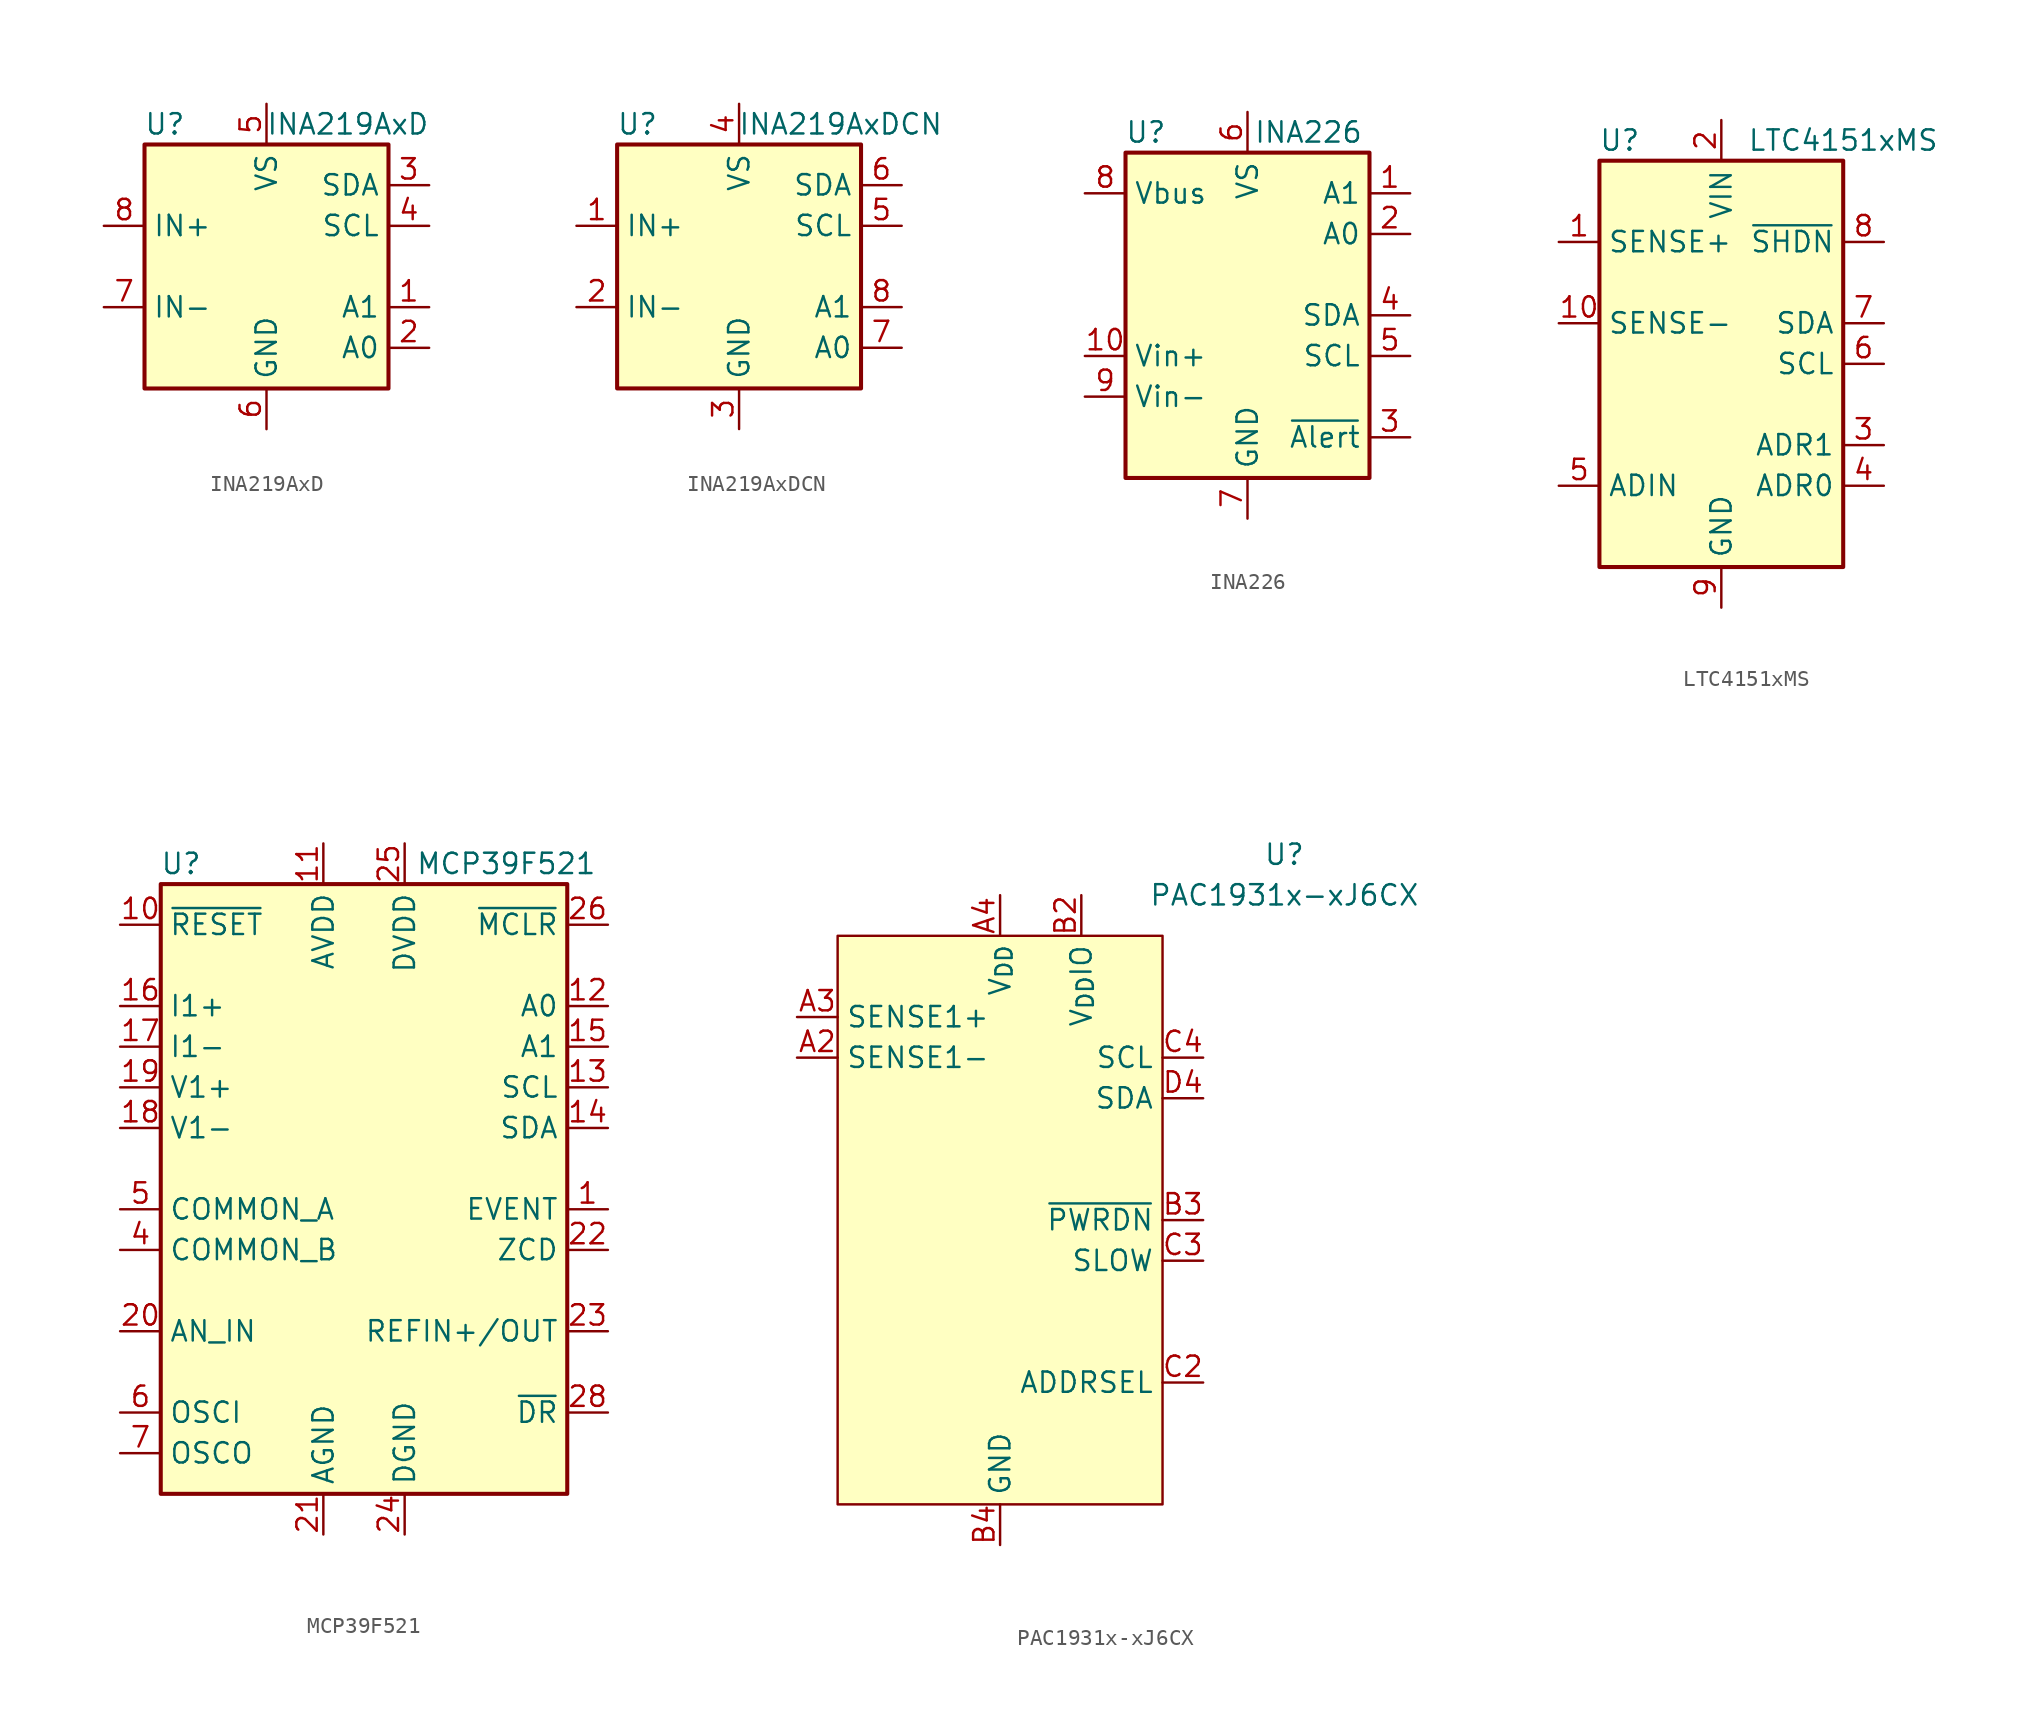
<source format=kicad_sym>
(kicad_symbol_lib
  (version 20241209)
  (generator "kicad_symbol_editor")
  (generator_version "9.0")
  (symbol "INA219AxD"
    (property "Reference" "U"
      (at -6.35 8.89 0)
      (effects (font (size 1.27 1.27))))
    (property "Value" "INA219AxD"
      (at 5.08 8.89 0)
      (effects (font (size 1.27 1.27))))
    (symbol "INA219AxD_0_1"
      (rectangle (start -7.62 7.62) (end 7.62 -7.62) (stroke (width 0.254) (type default)) (fill (type background))))
    (symbol "INA219AxD_1_1"
      (pin input line (at -10.16 2.54 0) (length 2.54) (name "IN+" (effects (font (size 1.27 1.27)))) (number "8" (effects (font (size 1.27 1.27)))))
      (pin input line (at -10.16 -2.54 0) (length 2.54) (name "IN-" (effects (font (size 1.27 1.27)))) (number "7" (effects (font (size 1.27 1.27)))))
      (pin power_in line (at 0 10.16 270) (length 2.54) (name "VS" (effects (font (size 1.27 1.27)))) (number "5" (effects (font (size 1.27 1.27)))))
      (pin power_in line (at 0 -10.16 90) (length 2.54) (name "GND" (effects (font (size 1.27 1.27)))) (number "6" (effects (font (size 1.27 1.27)))))
      (pin bidirectional line (at 10.16 5.08 180) (length 2.54) (name "SDA" (effects (font (size 1.27 1.27)))) (number "3" (effects (font (size 1.27 1.27)))))
      (pin input line (at 10.16 2.54 180) (length 2.54) (name "SCL" (effects (font (size 1.27 1.27)))) (number "4" (effects (font (size 1.27 1.27)))))
      (pin input line (at 10.16 -2.54 180) (length 2.54) (name "A1" (effects (font (size 1.27 1.27)))) (number "1" (effects (font (size 1.27 1.27)))))
      (pin input line (at 10.16 -5.08 180) (length 2.54) (name "A0" (effects (font (size 1.27 1.27)))) (number "2" (effects (font (size 1.27 1.27)))))))
  (symbol "INA219AxDCN"
    (property "Reference" "U"
      (at -6.35 8.89 0)
      (effects (font (size 1.27 1.27))))
    (property "Value" "INA219AxDCN"
      (at 6.35 8.89 0)
      (effects (font (size 1.27 1.27))))
    (symbol "INA219AxDCN_0_1"
      (rectangle (start -7.62 7.62) (end 7.62 -7.62) (stroke (width 0.254) (type default)) (fill (type background))))
    (symbol "INA219AxDCN_1_1"
      (pin input line (at -10.16 2.54 0) (length 2.54) (name "IN+" (effects (font (size 1.27 1.27)))) (number "1" (effects (font (size 1.27 1.27)))))
      (pin input line (at -10.16 -2.54 0) (length 2.54) (name "IN-" (effects (font (size 1.27 1.27)))) (number "2" (effects (font (size 1.27 1.27)))))
      (pin power_in line (at 0 10.16 270) (length 2.54) (name "VS" (effects (font (size 1.27 1.27)))) (number "4" (effects (font (size 1.27 1.27)))))
      (pin power_in line (at 0 -10.16 90) (length 2.54) (name "GND" (effects (font (size 1.27 1.27)))) (number "3" (effects (font (size 1.27 1.27)))))
      (pin bidirectional line (at 10.16 5.08 180) (length 2.54) (name "SDA" (effects (font (size 1.27 1.27)))) (number "6" (effects (font (size 1.27 1.27)))))
      (pin input line (at 10.16 2.54 180) (length 2.54) (name "SCL" (effects (font (size 1.27 1.27)))) (number "5" (effects (font (size 1.27 1.27)))))
      (pin input line (at 10.16 -2.54 180) (length 2.54) (name "A1" (effects (font (size 1.27 1.27)))) (number "8" (effects (font (size 1.27 1.27)))))
      (pin input line (at 10.16 -5.08 180) (length 2.54) (name "A0" (effects (font (size 1.27 1.27)))) (number "7" (effects (font (size 1.27 1.27)))))))
  (symbol "INA226"
    (property "Reference" "U"
      (at -6.35 11.43 0)
      (effects (font (size 1.27 1.27))))
    (property "Value" "INA226"
      (at 3.81 11.43 0)
      (effects (font (size 1.27 1.27))))
    (symbol "INA226_0_1"
      (rectangle (start 7.62 10.16) (end -7.62 -10.16) (stroke (width 0.254) (type default)) (fill (type background))))
    (symbol "INA226_1_1"
      (pin input line (at -10.16 7.62 0) (length 2.54) (name "Vbus" (effects (font (size 1.27 1.27)))) (number "8" (effects (font (size 1.27 1.27)))))
      (pin input line (at -10.16 -2.54 0) (length 2.54) (name "Vin+" (effects (font (size 1.27 1.27)))) (number "10" (effects (font (size 1.27 1.27)))))
      (pin input line (at -10.16 -5.08 0) (length 2.54) (name "Vin-" (effects (font (size 1.27 1.27)))) (number "9" (effects (font (size 1.27 1.27)))))
      (pin power_in line (at 0 12.7 270) (length 2.54) (name "VS" (effects (font (size 1.27 1.27)))) (number "6" (effects (font (size 1.27 1.27)))))
      (pin power_in line (at 0 -12.7 90) (length 2.54) (name "GND" (effects (font (size 1.27 1.27)))) (number "7" (effects (font (size 1.27 1.27)))))
      (pin input line (at 10.16 7.62 180) (length 2.54) (name "A1" (effects (font (size 1.27 1.27)))) (number "1" (effects (font (size 1.27 1.27)))))
      (pin input line (at 10.16 5.08 180) (length 2.54) (name "A0" (effects (font (size 1.27 1.27)))) (number "2" (effects (font (size 1.27 1.27)))))
      (pin bidirectional line (at 10.16 0 180) (length 2.54) (name "SDA" (effects (font (size 1.27 1.27)))) (number "4" (effects (font (size 1.27 1.27)))))
      (pin input line (at 10.16 -2.54 180) (length 2.54) (name "SCL" (effects (font (size 1.27 1.27)))) (number "5" (effects (font (size 1.27 1.27)))))
      (pin open_collector line (at 10.16 -7.62 180) (length 2.54) (name "~{Alert}" (effects (font (size 1.27 1.27)))) (number "3" (effects (font (size 1.27 1.27)))))))
  (symbol "LTC4151xMS"
    (property "Reference" "U"
      (at -6.35 13.97 0)
      (effects (font (size 1.27 1.27))))
    (property "Value" "LTC4151xMS"
      (at 7.62 13.97 0)
      (effects (font (size 1.27 1.27))))
    (symbol "LTC4151xMS_0_1"
      (rectangle (start -7.62 12.7) (end 7.62 -12.7) (stroke (width 0.254) (type default)) (fill (type background))))
    (symbol "LTC4151xMS_1_1"
      (pin input line (at -10.16 7.62 0) (length 2.54) (name "SENSE+" (effects (font (size 1.27 1.27)))) (number "1" (effects (font (size 1.27 1.27)))))
      (pin input line (at -10.16 2.54 0) (length 2.54) (name "SENSE-" (effects (font (size 1.27 1.27)))) (number "10" (effects (font (size 1.27 1.27)))))
      (pin input line (at -10.16 -7.62 0) (length 2.54) (name "ADIN" (effects (font (size 1.27 1.27)))) (number "5" (effects (font (size 1.27 1.27)))))
      (pin power_in line (at 0 15.24 270) (length 2.54) (name "VIN" (effects (font (size 1.27 1.27)))) (number "2" (effects (font (size 1.27 1.27)))))
      (pin power_in line (at 0 -15.24 90) (length 2.54) (name "GND" (effects (font (size 1.27 1.27)))) (number "9" (effects (font (size 1.27 1.27)))))
      (pin input line (at 10.16 7.62 180) (length 2.54) (name "~{SHDN}" (effects (font (size 1.27 1.27)))) (number "8" (effects (font (size 1.27 1.27)))))
      (pin bidirectional line (at 10.16 2.54 180) (length 2.54) (name "SDA" (effects (font (size 1.27 1.27)))) (number "7" (effects (font (size 1.27 1.27)))))
      (pin input line (at 10.16 0 180) (length 2.54) (name "SCL" (effects (font (size 1.27 1.27)))) (number "6" (effects (font (size 1.27 1.27)))))
      (pin input line (at 10.16 -5.08 180) (length 2.54) (name "ADR1" (effects (font (size 1.27 1.27)))) (number "3" (effects (font (size 1.27 1.27)))))
      (pin input line (at 10.16 -7.62 180) (length 2.54) (name "ADR0" (effects (font (size 1.27 1.27)))) (number "4" (effects (font (size 1.27 1.27)))))))
  (symbol "MCP39F521"
    (property "Reference" "U"
      (at -11.43 19.05 0)
      (effects (font (size 1.27 1.27))))
    (property "Value" "MCP39F521"
      (at 8.89 19.05 0)
      (effects (font (size 1.27 1.27))))
    (symbol "MCP39F521_0_1"
      (rectangle (start -12.7 17.78) (end 12.7 -20.32) (stroke (width 0.254) (type default)) (fill (type background))))
    (symbol "MCP39F521_1_1"
      (pin input line (at -15.24 15.24 0) (length 2.54) (name "~{RESET}" (effects (font (size 1.27 1.27)))) (number "10" (effects (font (size 1.27 1.27)))))
      (pin input line (at -15.24 10.16 0) (length 2.54) (name "I1+" (effects (font (size 1.27 1.27)))) (number "16" (effects (font (size 1.27 1.27)))))
      (pin input line (at -15.24 7.62 0) (length 2.54) (name "I1-" (effects (font (size 1.27 1.27)))) (number "17" (effects (font (size 1.27 1.27)))))
      (pin input line (at -15.24 5.08 0) (length 2.54) (name "V1+" (effects (font (size 1.27 1.27)))) (number "19" (effects (font (size 1.27 1.27)))))
      (pin input line (at -15.24 2.54 0) (length 2.54) (name "V1-" (effects (font (size 1.27 1.27)))) (number "18" (effects (font (size 1.27 1.27)))))
      (pin passive line (at -15.24 -2.54 0) (length 2.54) (name "COMMON_A" (effects (font (size 1.27 1.27)))) (number "5" (effects (font (size 1.27 1.27)))))
      (pin passive line (at -15.24 -5.08 0) (length 2.54) (name "COMMON_B" (effects (font (size 1.27 1.27)))) (number "4" (effects (font (size 1.27 1.27)))))
      (pin input line (at -15.24 -10.16 0) (length 2.54) (name "AN_IN" (effects (font (size 1.27 1.27)))) (number "20" (effects (font (size 1.27 1.27)))))
      (pin input line (at -15.24 -15.24 0) (length 2.54) (name "OSCI" (effects (font (size 1.27 1.27)))) (number "6" (effects (font (size 1.27 1.27)))))
      (pin passive line (at -15.24 -17.78 0) (length 2.54) (name "OSCO" (effects (font (size 1.27 1.27)))) (number "7" (effects (font (size 1.27 1.27)))))
      (pin no_connect line (at -12.7 12.7 0) (length 2.54) (hide yes) (name "NC" (effects (font (size 1.27 1.27)))) (number "2" (effects (font (size 1.27 1.27)))))
      (pin no_connect line (at -12.7 0 0) (length 2.54) (hide yes) (name "NC" (effects (font (size 1.27 1.27)))) (number "3" (effects (font (size 1.27 1.27)))))
      (pin power_in line (at -2.54 20.32 270) (length 2.54) (name "AVDD" (effects (font (size 1.27 1.27)))) (number "11" (effects (font (size 1.27 1.27)))))
      (pin power_in line (at -2.54 -22.86 90) (length 2.54) (name "AGND" (effects (font (size 1.27 1.27)))) (number "21" (effects (font (size 1.27 1.27)))))
      (pin power_in line (at 2.54 20.32 270) (length 2.54) (name "DVDD" (effects (font (size 1.27 1.27)))) (number "25" (effects (font (size 1.27 1.27)))))
      (pin power_in line (at 2.54 -22.86 90) (length 2.54) (name "DGND" (effects (font (size 1.27 1.27)))) (number "24" (effects (font (size 1.27 1.27)))))
      (pin passive line (at 2.54 -22.86 90) (length 2.54) (hide yes) (name "DGND" (effects (font (size 1.27 1.27)))) (number "27" (effects (font (size 1.27 1.27)))))
      (pin passive line (at 2.54 -22.86 90) (length 2.54) (hide yes) (name "DGND" (effects (font (size 1.27 1.27)))) (number "29" (effects (font (size 1.27 1.27)))))
      (pin no_connect line (at 12.7 12.7 180) (length 2.54) (hide yes) (name "NC" (effects (font (size 1.27 1.27)))) (number "8" (effects (font (size 1.27 1.27)))))
      (pin no_connect line (at 12.7 0 180) (length 2.54) (hide yes) (name "NC" (effects (font (size 1.27 1.27)))) (number "9" (effects (font (size 1.27 1.27)))))
      (pin input line (at 15.24 15.24 180) (length 2.54) (name "~{MCLR}" (effects (font (size 1.27 1.27)))) (number "26" (effects (font (size 1.27 1.27)))))
      (pin input line (at 15.24 10.16 180) (length 2.54) (name "A0" (effects (font (size 1.27 1.27)))) (number "12" (effects (font (size 1.27 1.27)))))
      (pin input line (at 15.24 7.62 180) (length 2.54) (name "A1" (effects (font (size 1.27 1.27)))) (number "15" (effects (font (size 1.27 1.27)))))
      (pin input line (at 15.24 5.08 180) (length 2.54) (name "SCL" (effects (font (size 1.27 1.27)))) (number "13" (effects (font (size 1.27 1.27)))))
      (pin bidirectional line (at 15.24 2.54 180) (length 2.54) (name "SDA" (effects (font (size 1.27 1.27)))) (number "14" (effects (font (size 1.27 1.27)))))
      (pin output line (at 15.24 -2.54 180) (length 2.54) (name "EVENT" (effects (font (size 1.27 1.27)))) (number "1" (effects (font (size 1.27 1.27)))))
      (pin output line (at 15.24 -5.08 180) (length 2.54) (name "ZCD" (effects (font (size 1.27 1.27)))) (number "22" (effects (font (size 1.27 1.27)))))
      (pin bidirectional line (at 15.24 -10.16 180) (length 2.54) (name "REFIN+/OUT" (effects (font (size 1.27 1.27)))) (number "23" (effects (font (size 1.27 1.27)))))
      (pin output line (at 15.24 -15.24 180) (length 2.54) (name "~{DR}" (effects (font (size 1.27 1.27)))) (number "28" (effects (font (size 1.27 1.27)))))))
  (symbol "PAC1931x-xJ6CX"
    (property "Reference" "U"
      (at 17.78 22.86 0)
      (effects (font (size 1.27 1.27))))
    (property "Value" "PAC1931x-xJ6CX"
      (at 17.78 20.32 0)
      (effects (font (size 1.27 1.27))))
    (symbol "PAC1931x-xJ6CX_0_0"
      (pin input line (at -12.7 12.7 0) (length 2.54) (name "SENSE1+" (effects (font (size 1.27 1.27)))) (number "A3" (effects (font (size 1.27 1.27)))))
      (pin input line (at -12.7 10.16 0) (length 2.54) (name "SENSE1-" (effects (font (size 1.27 1.27)))) (number "A2" (effects (font (size 1.27 1.27)))))
      (pin power_in line (at 0 20.32 270) (length 2.54) (name "V_{DD}" (effects (font (size 1.27 1.27)))) (number "A4" (effects (font (size 1.27 1.27)))))
      (pin passive line (at 0 -20.32 90) (length 2.54) (hide yes) (name "GND" (effects (font (size 1.27 1.27)))) (number "A1" (effects (font (size 1.27 1.27)))))
      (pin passive line (at 0 -20.32 90) (length 2.54) (hide yes) (name "GND" (effects (font (size 1.27 1.27)))) (number "B1" (effects (font (size 1.27 1.27)))))
      (pin power_in line (at 0 -20.32 90) (length 2.54) (name "GND" (effects (font (size 1.27 1.27)))) (number "B4" (effects (font (size 1.27 1.27)))))
      (pin passive line (at 0 -20.32 90) (length 2.54) (hide yes) (name "GND" (effects (font (size 1.27 1.27)))) (number "C1" (effects (font (size 1.27 1.27)))))
      (pin passive line (at 0 -20.32 90) (length 2.54) (hide yes) (name "GND" (effects (font (size 1.27 1.27)))) (number "D1" (effects (font (size 1.27 1.27)))))
      (pin passive line (at 0 -20.32 90) (length 2.54) (hide yes) (name "GND" (effects (font (size 1.27 1.27)))) (number "D2" (effects (font (size 1.27 1.27)))))
      (pin passive line (at 0 -20.32 90) (length 2.54) (hide yes) (name "GND" (effects (font (size 1.27 1.27)))) (number "D3" (effects (font (size 1.27 1.27)))))
      (pin input line (at 5.08 20.32 270) (length 2.54) (name "V_{DD}IO" (effects (font (size 1.27 1.27)))) (number "B2" (effects (font (size 1.27 1.27)))))
      (pin input line (at 12.7 10.16 180) (length 2.54) (name "SCL" (effects (font (size 1.27 1.27)))) (number "C4" (effects (font (size 1.27 1.27)))) (alternate "SM_CLK" input line))
      (pin bidirectional line (at 12.7 7.62 180) (length 2.54) (name "SDA" (effects (font (size 1.27 1.27)))) (number "D4" (effects (font (size 1.27 1.27)))) (alternate "SM_DATA" bidirectional line))
      (pin input line (at 12.7 0 180) (length 2.54) (name "~{PWRDN}" (effects (font (size 1.27 1.27)))) (number "B3" (effects (font (size 1.27 1.27)))))
      (pin input line (at 12.7 -2.54 180) (length 2.54) (name "SLOW" (effects (font (size 1.27 1.27)))) (number "C3" (effects (font (size 1.27 1.27)))) (alternate "~{ALERT1}" open_collector line))
      (pin passive line (at 12.7 -10.16 180) (length 2.54) (name "ADDRSEL" (effects (font (size 1.27 1.27)))) (number "C2" (effects (font (size 1.27 1.27))))))
    (symbol "PAC1931x-xJ6CX_0_1"
      (rectangle (start -10.16 17.78) (end 10.16 -17.78) (stroke (width 0) (type default)) (fill (type background))))))
</source>
